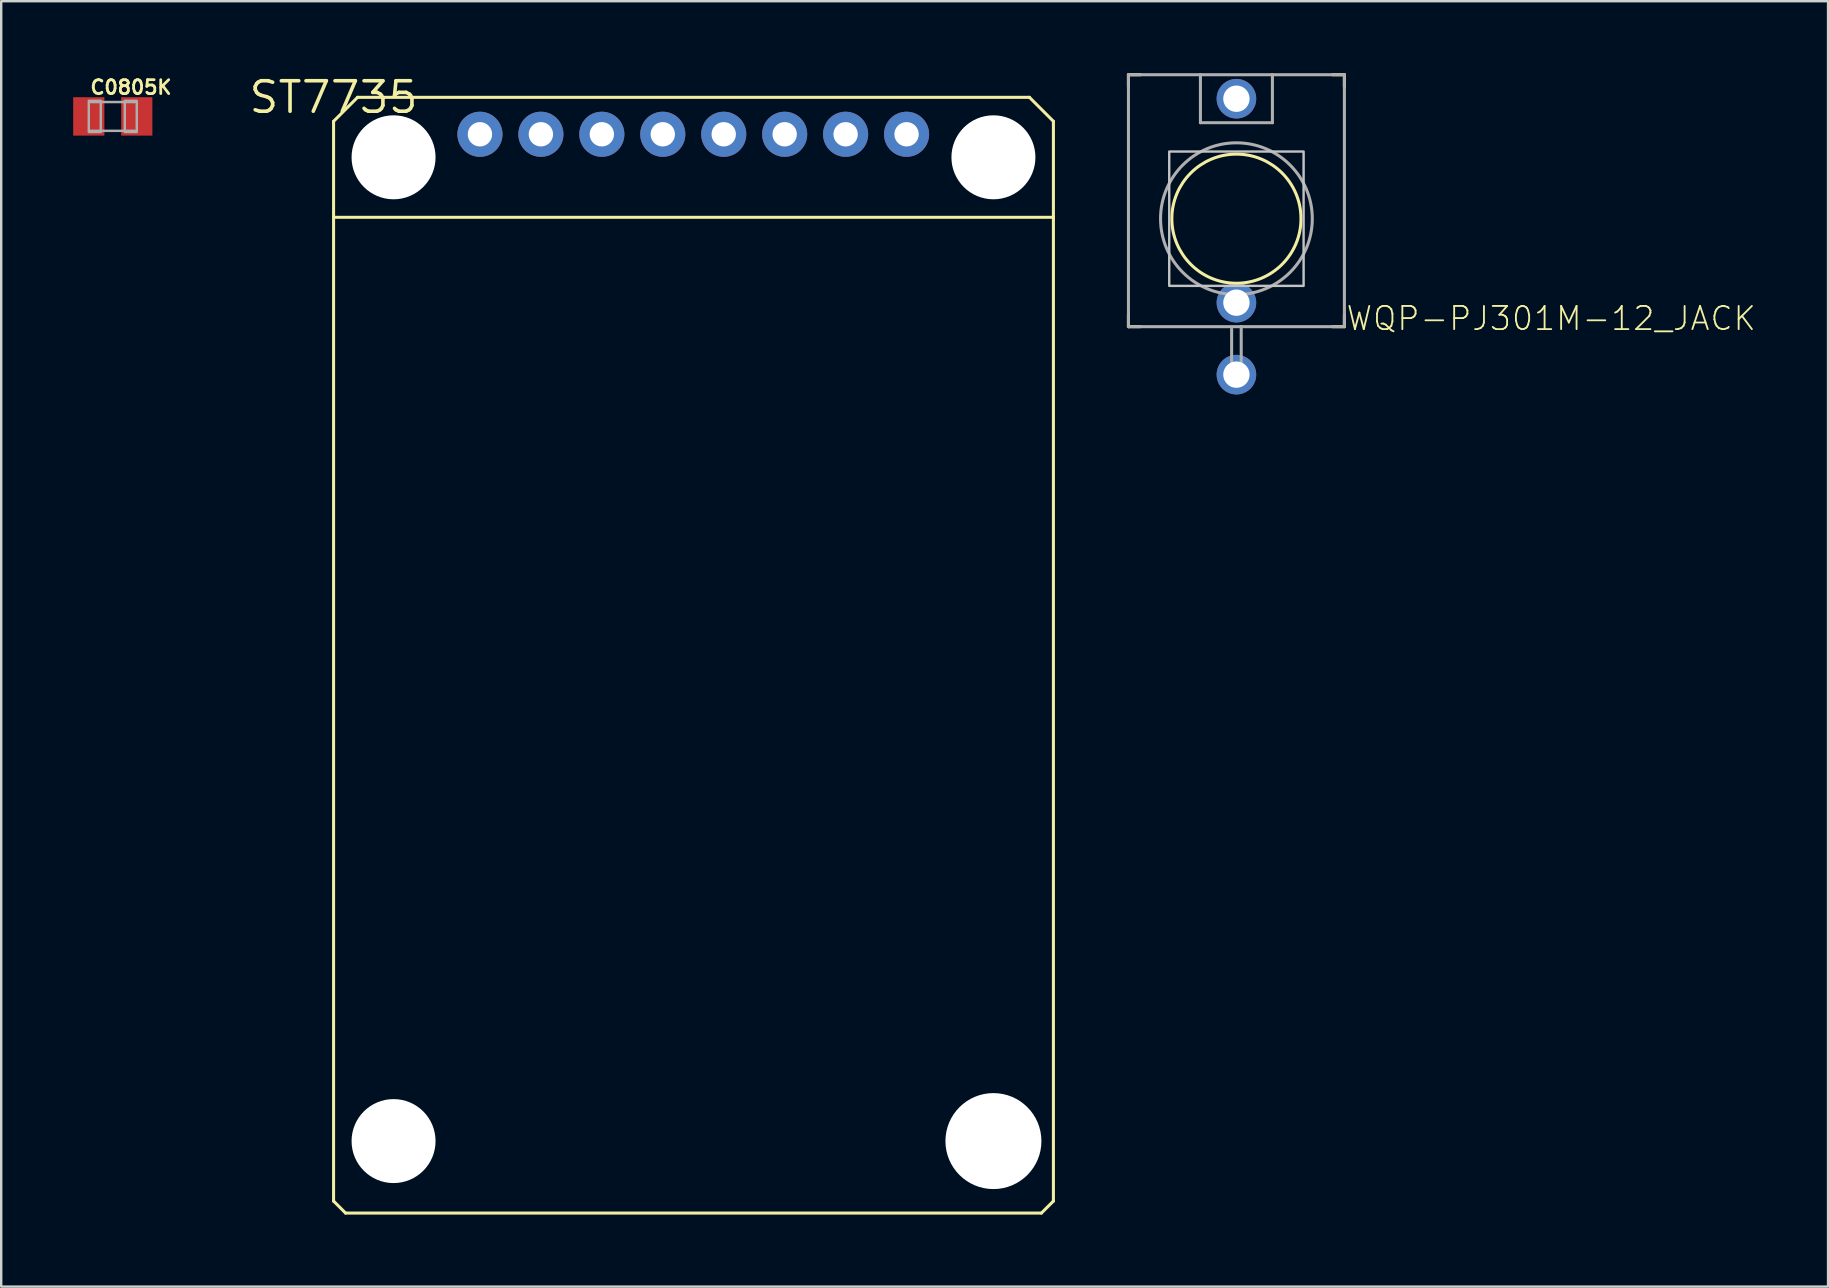
<source format=kicad_pcb>
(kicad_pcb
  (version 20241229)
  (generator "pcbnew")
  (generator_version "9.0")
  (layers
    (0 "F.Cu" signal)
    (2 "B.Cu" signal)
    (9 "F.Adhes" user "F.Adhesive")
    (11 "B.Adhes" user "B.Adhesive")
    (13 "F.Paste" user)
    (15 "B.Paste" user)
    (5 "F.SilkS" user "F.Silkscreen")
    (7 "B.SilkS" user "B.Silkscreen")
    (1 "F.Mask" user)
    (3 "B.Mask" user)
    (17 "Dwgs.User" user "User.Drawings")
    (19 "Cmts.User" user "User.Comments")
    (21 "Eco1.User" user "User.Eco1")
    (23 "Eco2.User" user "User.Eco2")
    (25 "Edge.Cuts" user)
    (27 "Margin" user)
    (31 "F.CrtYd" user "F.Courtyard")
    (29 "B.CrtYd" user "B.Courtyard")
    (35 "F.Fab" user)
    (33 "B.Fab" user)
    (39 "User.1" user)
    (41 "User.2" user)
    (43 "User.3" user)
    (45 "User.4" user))
  (footprint "WQP-PJ301M-12_JACK"
    (layer "F.Cu")
    (at 48.479 6.064)
    (property "Reference" "WQP-PJ301M-12_JACK" (at 4.521 4.724 180) (layer "F.SilkS") (effects (font (size 0.965 0.965) (thickness 0.077)) (justify left bottom)))
    (attr through_hole)
    (fp_line (start -4.5 -6) (end -4 -6) (stroke (width 0.127) (type solid)) (layer "F.SilkS"))
    (fp_line (start -4.5 -5.5) (end -4.5 -6) (stroke (width 0.127) (type solid)) (layer "F.SilkS"))
    (fp_line (start -4.5 4) (end -4.5 4.5) (stroke (width 0.127) (type solid)) (layer "F.SilkS"))
    (fp_line (start -4.5 4.5) (end -4 4.5) (stroke (width 0.127) (type solid)) (layer "F.SilkS"))
    (fp_line (start 4 -6) (end 4.5 -6) (stroke (width 0.127) (type solid)) (layer "F.SilkS"))
    (fp_line (start 4.5 -6) (end 4.5 -5.5) (stroke (width 0.127) (type solid)) (layer "F.SilkS"))
    (fp_line (start 4.5 4) (end 4.5 4.5) (stroke (width 0.127) (type solid)) (layer "F.SilkS"))
    (fp_line (start 4.5 4.5) (end 4 4.5) (stroke (width 0.127) (type solid)) (layer "F.SilkS"))
    (fp_circle (center 0 0) (end 2.691 0) (stroke (width 0.127) (type solid)) (fill no) (layer "F.SilkS"))
    (fp_poly (pts (xy -2.8 2.8) (xy 2.8 2.8) (xy 2.8 -2.8) (xy -2.8 -2.8)) (stroke (width 0.1) (type solid)) (fill no) (layer "Dwgs.User"))
    (fp_line (start -4.5 -6) (end -4.5 4.5) (stroke (width 0.127) (type solid)) (layer "F.Fab"))
    (fp_line (start -4.5 -6) (end -1.5 -6) (stroke (width 0.127) (type solid)) (layer "F.Fab"))
    (fp_line (start -4.5 4.5) (end 0.2 4.5) (stroke (width 0.127) (type solid)) (layer "F.Fab"))
    (fp_line (start -1.5 -6) (end -1.5 -4) (stroke (width 0.127) (type solid)) (layer "F.Fab"))
    (fp_line (start -1.5 -6) (end 1.5 -6) (stroke (width 0.127) (type solid)) (layer "F.Fab"))
    (fp_line (start -1.5 -4) (end 1.5 -4) (stroke (width 0.127) (type solid)) (layer "F.Fab"))
    (fp_line (start -0.2 4.6) (end -0.2 6.7) (stroke (width 0.127) (type solid)) (layer "F.Fab"))
    (fp_line (start -0.2 6.7) (end 0.2 6.7) (stroke (width 0.127) (type solid)) (layer "F.Fab"))
    (fp_line (start 0.2 4.5) (end 4.5 4.5) (stroke (width 0.127) (type solid)) (layer "F.Fab"))
    (fp_line (start 0.2 6.7) (end 0.2 4.5) (stroke (width 0.127) (type solid)) (layer "F.Fab"))
    (fp_line (start 1.5 -6) (end 4.5 -6) (stroke (width 0.127) (type solid)) (layer "F.Fab"))
    (fp_line (start 1.5 -4) (end 1.5 -6) (stroke (width 0.127) (type solid)) (layer "F.Fab"))
    (fp_line (start 4.5 4.5) (end 4.5 -6) (stroke (width 0.127) (type solid)) (layer "F.Fab"))
    (fp_circle (center 0 0) (end 3.162 0) (stroke (width 0.127) (type solid)) (fill no) (layer "F.Fab"))
    (pad "P$1_TIP" thru_hole circle (at 0 -5) (size 1.65 1.65) (drill 1.1) (layers "*.Cu" "*.Mask"))
    (pad "P$2_SWITCH" thru_hole circle (at 0 3.5) (size 1.65 1.65) (drill 1.1) (layers "*.Cu" "*.Mask"))
    (pad "P$3_SLEEVE" thru_hole circle (at 0 6.5) (size 1.65 1.65) (drill 1.1) (layers "*.Cu" "*.Mask")))
  (footprint "ST7735"
    (layer "F.Cu")
    (at 10.852 1.006)
    (property "Reference" "ST7735" (at 0 0 0) (layer "F.SilkS") (effects (font (size 1.27 1.27) (thickness 0.15))))
    (attr through_hole)
    (fp_line (start 0 1) (end 1 0) (stroke (width 0.127) (type solid)) (layer "F.SilkS"))
    (fp_line (start 0 5) (end 0 1) (stroke (width 0.127) (type solid)) (layer "F.SilkS"))
    (fp_line (start 0 5) (end 0 46) (stroke (width 0.127) (type solid)) (layer "F.SilkS"))
    (fp_line (start 0 5) (end 30 5) (stroke (width 0.127) (type solid)) (layer "F.SilkS"))
    (fp_line (start 0 46) (end 0.5 46.5) (stroke (width 0.127) (type solid)) (layer "F.SilkS"))
    (fp_line (start 1 0) (end 29 0) (stroke (width 0.127) (type solid)) (layer "F.SilkS"))
    (fp_line (start 29 0) (end 30 1) (stroke (width 0.127) (type solid)) (layer "F.SilkS"))
    (fp_line (start 29.5 46.5) (end 0.5 46.5) (stroke (width 0.127) (type solid)) (layer "F.SilkS"))
    (fp_line (start 30 1) (end 30 5) (stroke (width 0.127) (type solid)) (layer "F.SilkS"))
    (fp_line (start 30 5) (end 30 46) (stroke (width 0.127) (type solid)) (layer "F.SilkS"))
    (fp_line (start 30 46) (end 29.5 46.5) (stroke (width 0.127) (type solid)) (layer "F.SilkS"))
    (fp_poly (pts (xy 5.846 1.794) (xy 6.354 1.794) (xy 6.354 1.286) (xy 5.846 1.286)) (stroke (width 0.1) (type solid)) (fill no) (layer "F.Fab"))
    (fp_poly (pts (xy 8.386 1.794) (xy 8.894 1.794) (xy 8.894 1.286) (xy 8.386 1.286)) (stroke (width 0.1) (type solid)) (fill no) (layer "F.Fab"))
    (fp_poly (pts (xy 10.926 1.794) (xy 11.434 1.794) (xy 11.434 1.286) (xy 10.926 1.286)) (stroke (width 0.1) (type solid)) (fill no) (layer "F.Fab"))
    (fp_poly (pts (xy 13.466 1.794) (xy 13.974 1.794) (xy 13.974 1.286) (xy 13.466 1.286)) (stroke (width 0.1) (type solid)) (fill no) (layer "F.Fab"))
    (fp_poly (pts (xy 16.006 1.794) (xy 16.514 1.794) (xy 16.514 1.286) (xy 16.006 1.286)) (stroke (width 0.1) (type solid)) (fill no) (layer "F.Fab"))
    (fp_poly (pts (xy 18.546 1.794) (xy 19.054 1.794) (xy 19.054 1.286) (xy 18.546 1.286)) (stroke (width 0.1) (type solid)) (fill no) (layer "F.Fab"))
    (fp_poly (pts (xy 21.086 1.794) (xy 21.594 1.794) (xy 21.594 1.286) (xy 21.086 1.286)) (stroke (width 0.1) (type solid)) (fill no) (layer "F.Fab"))
    (fp_poly (pts (xy 23.626 1.794) (xy 24.134 1.794) (xy 24.134 1.286) (xy 23.626 1.286)) (stroke (width 0.1) (type solid)) (fill no) (layer "F.Fab"))
    (pad "" np_thru_hole circle (at 2.5 2.5) (size 3.5 3.5) (drill 3.5) (layers "*.Cu" "*.Mask"))
    (pad "" np_thru_hole circle (at 2.5 43.5) (size 3.5 3.5) (drill 3.5) (layers "*.Cu" "*.Mask"))
    (pad "" np_thru_hole circle (at 27.5 2.5) (size 3.5 3.5) (drill 3.5) (layers "*.Cu" "*.Mask"))
    (pad "" np_thru_hole circle (at 27.5 43.5) (size 4 4) (drill 4) (layers "*.Cu" "*.Mask"))
    (pad "1" thru_hole circle (at 6.1 1.54 90) (size 1.88 1.88) (drill 1.016) (layers "*.Cu" "*.Mask"))
    (pad "2" thru_hole circle (at 8.64 1.54 90) (size 1.88 1.88) (drill 1.016) (layers "*.Cu" "*.Mask"))
    (pad "3" thru_hole circle (at 11.18 1.54 90) (size 1.88 1.88) (drill 1.016) (layers "*.Cu" "*.Mask"))
    (pad "4" thru_hole circle (at 13.72 1.54 90) (size 1.88 1.88) (drill 1.016) (layers "*.Cu" "*.Mask"))
    (pad "5" thru_hole circle (at 16.26 1.54 90) (size 1.88 1.88) (drill 1.016) (layers "*.Cu" "*.Mask"))
    (pad "6" thru_hole circle (at 18.8 1.54 90) (size 1.88 1.88) (drill 1.016) (layers "*.Cu" "*.Mask"))
    (pad "7" thru_hole circle (at 21.34 1.54 90) (size 1.88 1.88) (drill 1.016) (layers "*.Cu" "*.Mask"))
    (pad "8" thru_hole circle (at 23.88 1.54 90) (size 1.88 1.88) (drill 1.016) (layers "*.Cu" "*.Mask")))
  (footprint "C0805K"
    (layer "F.Cu")
    (at 1.65 1.802)
    (property "Reference" "C0805K" (at -1 -0.875 0) (layer "F.SilkS") (effects (font (size 0.579 0.579) (thickness 0.116)) (justify left bottom)))
    (attr through_hole)
    (fp_line (start -0.925 -0.6) (end 0.925 -0.6) (stroke (width 0.102) (type solid)) (layer "F.Fab"))
    (fp_line (start 0.925 0.6) (end -0.925 0.6) (stroke (width 0.102) (type solid)) (layer "F.Fab"))
    (fp_poly (pts (xy -1 0.65) (xy -0.5 0.65) (xy -0.5 -0.65) (xy -1 -0.65)) (stroke (width 0.1) (type solid)) (fill no) (layer "F.Fab"))
    (fp_poly (pts (xy 0.5 0.65) (xy 1 0.65) (xy 1 -0.65) (xy 0.5 -0.65)) (stroke (width 0.1) (type solid)) (fill no) (layer "F.Fab"))
    (pad "1" smd rect (at -1 0) (size 1.3 1.6) (layers "F.Cu" "F.Mask" "F.Paste"))
    (pad "2" smd rect (at 1 0) (size 1.3 1.6) (layers "F.Cu" "F.Mask" "F.Paste")))
  (gr_rect
    (start -3 -3)
    (end 73.136 50.57)
    (stroke (width 0.1) (type default))
    (fill no)
    (layer "Edge.Cuts")))
</source>
